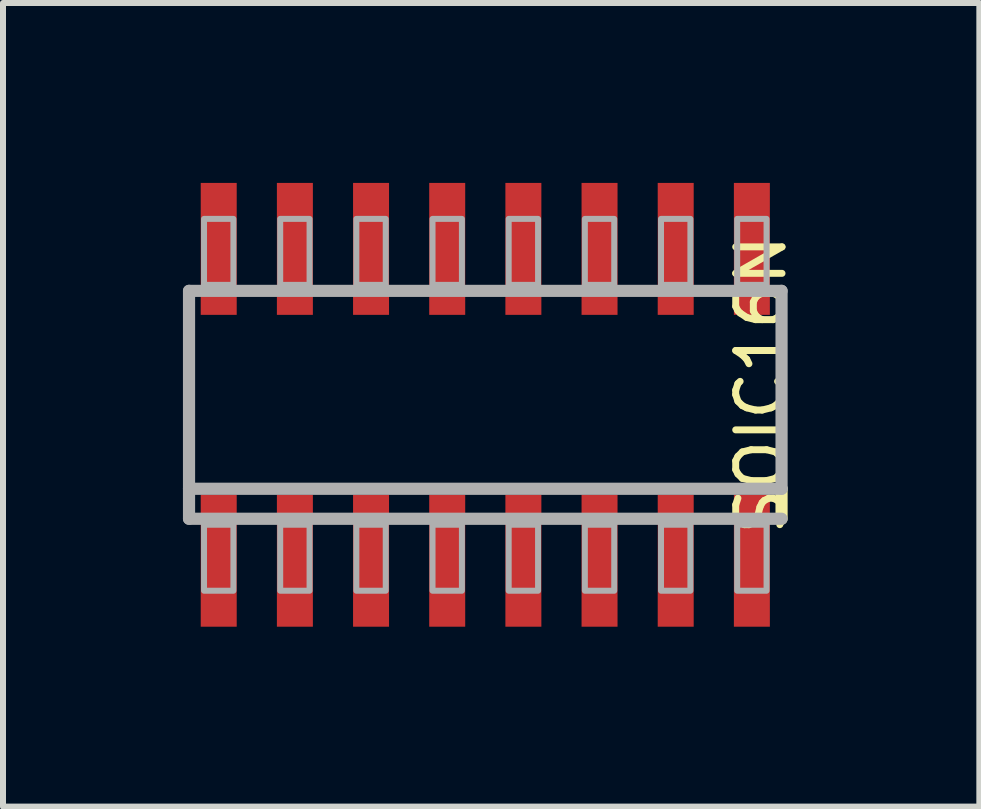
<source format=kicad_pcb>
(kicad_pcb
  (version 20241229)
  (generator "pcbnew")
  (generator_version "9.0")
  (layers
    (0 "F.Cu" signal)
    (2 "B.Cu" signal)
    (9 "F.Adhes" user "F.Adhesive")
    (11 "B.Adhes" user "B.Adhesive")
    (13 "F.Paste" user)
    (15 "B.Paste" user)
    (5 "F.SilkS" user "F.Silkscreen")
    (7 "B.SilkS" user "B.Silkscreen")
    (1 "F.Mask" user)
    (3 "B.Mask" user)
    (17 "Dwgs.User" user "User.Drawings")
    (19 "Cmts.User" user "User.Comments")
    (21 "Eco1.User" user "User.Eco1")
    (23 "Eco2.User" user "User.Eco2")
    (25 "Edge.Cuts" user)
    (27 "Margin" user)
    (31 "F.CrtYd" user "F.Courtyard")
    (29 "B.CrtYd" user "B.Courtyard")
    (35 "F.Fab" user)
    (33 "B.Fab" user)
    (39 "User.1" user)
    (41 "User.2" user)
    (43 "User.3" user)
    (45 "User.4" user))
  (footprint "SOIC16N"
    (layer "F.Cu")
    (at 5.042 3.7)
    (property "Reference" "SOIC16N" (at 5.048 2.222 90) (layer "F.SilkS") (effects (font (size 0.772 0.772) (thickness 0.116)) (justify left bottom)))
    (attr through_hole)
    (fp_line (start 4.94 1.4) (end 4.94 1.9) (stroke (width 0.203) (type solid)) (layer "F.SilkS"))
    (fp_line (start -4.94 -1.9) (end 4.94 -1.9) (stroke (width 0.203) (type solid)) (layer "F.Fab"))
    (fp_line (start -4.94 1.4) (end -4.94 -1.9) (stroke (width 0.203) (type solid)) (layer "F.Fab"))
    (fp_line (start -4.94 1.9) (end -4.94 1.4) (stroke (width 0.203) (type solid)) (layer "F.Fab"))
    (fp_line (start 4.94 -1.9) (end 4.94 1.4) (stroke (width 0.203) (type solid)) (layer "F.Fab"))
    (fp_line (start 4.94 1.4) (end -4.94 1.4) (stroke (width 0.203) (type solid)) (layer "F.Fab"))
    (fp_line (start 4.94 1.9) (end -4.94 1.9) (stroke (width 0.203) (type solid)) (layer "F.Fab"))
    (fp_poly (pts (xy -4.69 -2) (xy -4.2 -2) (xy -4.2 -3.1) (xy -4.69 -3.1)) (stroke (width 0.1) (type solid)) (fill no) (layer "F.Fab"))
    (fp_poly (pts (xy -4.69 3.1) (xy -4.2 3.1) (xy -4.2 2) (xy -4.69 2)) (stroke (width 0.1) (type solid)) (fill no) (layer "F.Fab"))
    (fp_poly (pts (xy -3.42 -2) (xy -2.93 -2) (xy -2.93 -3.1) (xy -3.42 -3.1)) (stroke (width 0.1) (type solid)) (fill no) (layer "F.Fab"))
    (fp_poly (pts (xy -3.42 3.1) (xy -2.93 3.1) (xy -2.93 2) (xy -3.42 2)) (stroke (width 0.1) (type solid)) (fill no) (layer "F.Fab"))
    (fp_poly (pts (xy -2.15 -2) (xy -1.66 -2) (xy -1.66 -3.1) (xy -2.15 -3.1)) (stroke (width 0.1) (type solid)) (fill no) (layer "F.Fab"))
    (fp_poly (pts (xy -2.15 3.1) (xy -1.66 3.1) (xy -1.66 2) (xy -2.15 2)) (stroke (width 0.1) (type solid)) (fill no) (layer "F.Fab"))
    (fp_poly (pts (xy -0.88 -2) (xy -0.39 -2) (xy -0.39 -3.1) (xy -0.88 -3.1)) (stroke (width 0.1) (type solid)) (fill no) (layer "F.Fab"))
    (fp_poly (pts (xy -0.88 3.1) (xy -0.39 3.1) (xy -0.39 2) (xy -0.88 2)) (stroke (width 0.1) (type solid)) (fill no) (layer "F.Fab"))
    (fp_poly (pts (xy 0.39 -2) (xy 0.88 -2) (xy 0.88 -3.1) (xy 0.39 -3.1)) (stroke (width 0.1) (type solid)) (fill no) (layer "F.Fab"))
    (fp_poly (pts (xy 0.39 3.1) (xy 0.88 3.1) (xy 0.88 2) (xy 0.39 2)) (stroke (width 0.1) (type solid)) (fill no) (layer "F.Fab"))
    (fp_poly (pts (xy 1.66 -2) (xy 2.15 -2) (xy 2.15 -3.1) (xy 1.66 -3.1)) (stroke (width 0.1) (type solid)) (fill no) (layer "F.Fab"))
    (fp_poly (pts (xy 1.66 3.1) (xy 2.15 3.1) (xy 2.15 2) (xy 1.66 2)) (stroke (width 0.1) (type solid)) (fill no) (layer "F.Fab"))
    (fp_poly (pts (xy 2.93 -2) (xy 3.42 -2) (xy 3.42 -3.1) (xy 2.93 -3.1)) (stroke (width 0.1) (type solid)) (fill no) (layer "F.Fab"))
    (fp_poly (pts (xy 2.93 3.1) (xy 3.42 3.1) (xy 3.42 2) (xy 2.93 2)) (stroke (width 0.1) (type solid)) (fill no) (layer "F.Fab"))
    (fp_poly (pts (xy 4.2 -2) (xy 4.69 -2) (xy 4.69 -3.1) (xy 4.2 -3.1)) (stroke (width 0.1) (type solid)) (fill no) (layer "F.Fab"))
    (fp_poly (pts (xy 4.2 3.1) (xy 4.69 3.1) (xy 4.69 2) (xy 4.2 2)) (stroke (width 0.1) (type solid)) (fill no) (layer "F.Fab"))
    (pad "1" smd rect (at -4.445 2.6) (size 0.6 2.2) (layers "F.Cu" "F.Mask" "F.Paste"))
    (pad "2" smd rect (at -3.175 2.6) (size 0.6 2.2) (layers "F.Cu" "F.Mask" "F.Paste"))
    (pad "3" smd rect (at -1.905 2.6) (size 0.6 2.2) (layers "F.Cu" "F.Mask" "F.Paste"))
    (pad "4" smd rect (at -0.635 2.6) (size 0.6 2.2) (layers "F.Cu" "F.Mask" "F.Paste"))
    (pad "5" smd rect (at 0.635 2.6) (size 0.6 2.2) (layers "F.Cu" "F.Mask" "F.Paste"))
    (pad "6" smd rect (at 1.905 2.6) (size 0.6 2.2) (layers "F.Cu" "F.Mask" "F.Paste"))
    (pad "7" smd rect (at 3.175 2.6) (size 0.6 2.2) (layers "F.Cu" "F.Mask" "F.Paste"))
    (pad "8" smd rect (at 4.445 2.6) (size 0.6 2.2) (layers "F.Cu" "F.Mask" "F.Paste"))
    (pad "9" smd rect (at 4.445 -2.6) (size 0.6 2.2) (layers "F.Cu" "F.Mask" "F.Paste"))
    (pad "10" smd rect (at 3.175 -2.6) (size 0.6 2.2) (layers "F.Cu" "F.Mask" "F.Paste"))
    (pad "11" smd rect (at 1.905 -2.6) (size 0.6 2.2) (layers "F.Cu" "F.Mask" "F.Paste"))
    (pad "12" smd rect (at 0.635 -2.6) (size 0.6 2.2) (layers "F.Cu" "F.Mask" "F.Paste"))
    (pad "13" smd rect (at -0.635 -2.6) (size 0.6 2.2) (layers "F.Cu" "F.Mask" "F.Paste"))
    (pad "14" smd rect (at -1.905 -2.6) (size 0.6 2.2) (layers "F.Cu" "F.Mask" "F.Paste"))
    (pad "15" smd rect (at -3.175 -2.6) (size 0.6 2.2) (layers "F.Cu" "F.Mask" "F.Paste"))
    (pad "16" smd rect (at -4.445 -2.6) (size 0.6 2.2) (layers "F.Cu" "F.Mask" "F.Paste")))
  (gr_rect
    (start -3 -3)
    (end 13.28 10.4)
    (stroke (width 0.1) (type default))
    (fill no)
    (layer "Edge.Cuts")))
</source>
